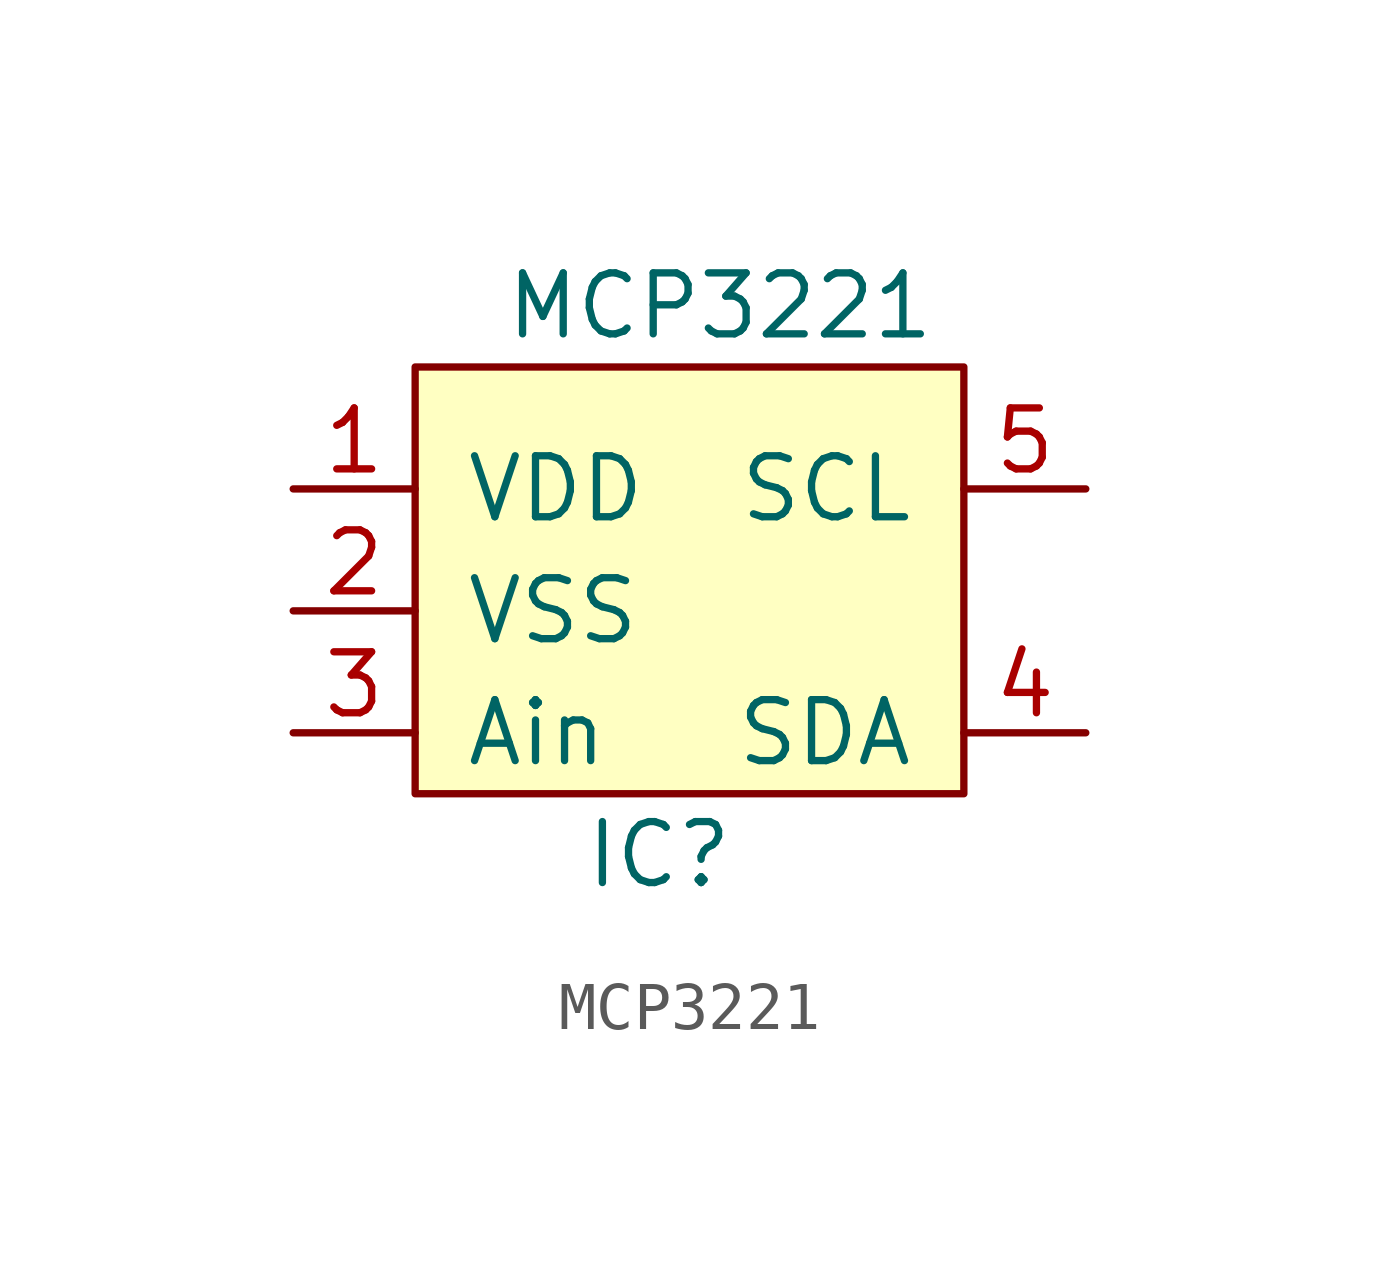
<source format=kicad_sym>
(kicad_symbol_lib
  (version 20220914)
  (generator kicad_symbol_editor)
  (symbol "MCP3221"
    (pin_names
      (offset 1.016))
    (property "Reference" "IC"
      (at 0 -10.16 0)
      (effects (font (size 1.27 1.27))))
    (property "Value" "MCP3221"
      (at 1.27 1.27 0)
      (effects (font (size 1.27 1.27))))
    (symbol "MCP3221_0_1"
      (rectangle (start -5.08 0) (end 6.35 -8.89) (stroke (width 0) (type solid)) (fill (type background))))
    (symbol "MCP3221_1_1"
      (pin input line (at -7.62 -2.54 0) (length 2.54) (name "VDD" (effects (font (size 1.27 1.27)))) (number "1" (effects (font (size 1.27 1.27)))))
      (pin input line (at -7.62 -5.08 0) (length 2.54) (name "VSS" (effects (font (size 1.27 1.27)))) (number "2" (effects (font (size 1.27 1.27)))))
      (pin input line (at -7.62 -7.62 0) (length 2.54) (name "Ain" (effects (font (size 1.27 1.27)))) (number "3" (effects (font (size 1.27 1.27)))))
      (pin bidirectional line (at 8.89 -7.62 180) (length 2.54) (name "SDA" (effects (font (size 1.27 1.27)))) (number "4" (effects (font (size 1.27 1.27)))))
      (pin bidirectional line (at 8.89 -2.54 180) (length 2.54) (name "SCL" (effects (font (size 1.27 1.27)))) (number "5" (effects (font (size 1.27 1.27))))))))
</source>
